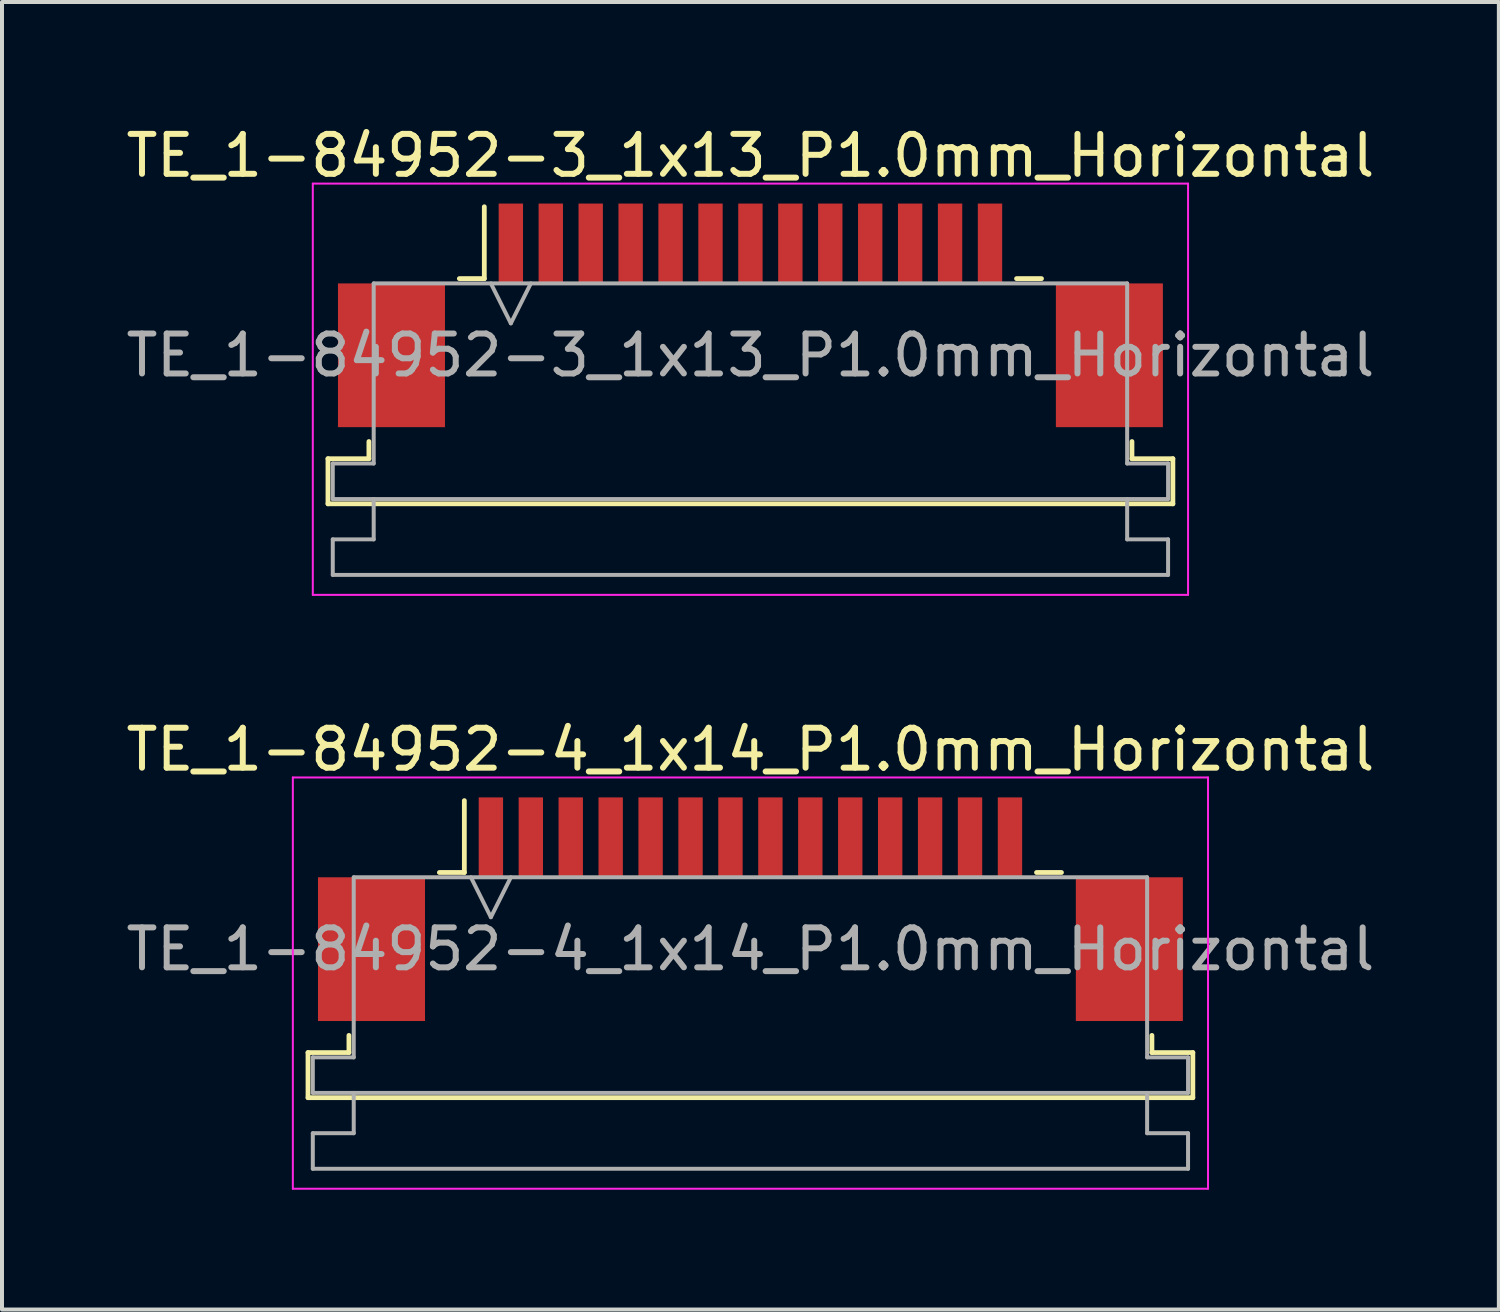
<source format=kicad_pcb>
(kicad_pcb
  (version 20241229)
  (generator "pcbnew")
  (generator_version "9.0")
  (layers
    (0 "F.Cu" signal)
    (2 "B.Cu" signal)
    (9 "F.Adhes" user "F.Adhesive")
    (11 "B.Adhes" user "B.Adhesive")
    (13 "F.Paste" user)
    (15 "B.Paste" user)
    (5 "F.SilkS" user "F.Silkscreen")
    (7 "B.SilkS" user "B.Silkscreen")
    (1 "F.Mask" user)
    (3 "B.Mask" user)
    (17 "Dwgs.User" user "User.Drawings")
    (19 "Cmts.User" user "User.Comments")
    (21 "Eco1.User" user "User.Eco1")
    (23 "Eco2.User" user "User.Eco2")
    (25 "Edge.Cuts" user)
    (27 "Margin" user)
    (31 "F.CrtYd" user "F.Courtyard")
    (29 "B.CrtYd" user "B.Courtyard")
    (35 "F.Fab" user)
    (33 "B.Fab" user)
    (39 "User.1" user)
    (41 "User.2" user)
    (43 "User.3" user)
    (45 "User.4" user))
  (footprint "TE_1-84952-4_1x14_P1.0mm_Horizontal"
    (layer "F.Cu")
    (at 15.744 19.721)
    (property "Reference" "TE_1-84952-4_1x14_P1.0mm_Horizontal" (at 0 -4 0) (layer "F.SilkS") (effects (font (size 1 1) (thickness 0.15))))
    (attr smd)
    (fp_line (start -11.08 3.59) (end -10.055 3.59) (stroke (width 0.12) (type solid)) (layer "F.SilkS"))
    (fp_line (start -11.08 4.72) (end -11.08 3.59) (stroke (width 0.12) (type solid)) (layer "F.SilkS"))
    (fp_line (start -10.055 3.59) (end -10.055 3.16) (stroke (width 0.12) (type solid)) (layer "F.SilkS"))
    (fp_line (start -7.79 -0.92) (end -7.165 -0.92) (stroke (width 0.12) (type solid)) (layer "F.SilkS"))
    (fp_line (start -7.165 -0.92) (end -7.165 -2.72) (stroke (width 0.12) (type solid)) (layer "F.SilkS"))
    (fp_line (start 7.165 -0.92) (end 7.79 -0.92) (stroke (width 0.12) (type solid)) (layer "F.SilkS"))
    (fp_line (start 10.055 3.16) (end 10.055 3.59) (stroke (width 0.12) (type solid)) (layer "F.SilkS"))
    (fp_line (start 10.055 3.59) (end 11.08 3.59) (stroke (width 0.12) (type solid)) (layer "F.SilkS"))
    (fp_line (start 11.08 3.59) (end 11.08 4.72) (stroke (width 0.12) (type solid)) (layer "F.SilkS"))
    (fp_line (start 11.08 4.72) (end -11.08 4.72) (stroke (width 0.12) (type solid)) (layer "F.SilkS"))
    (fp_line (start -11.46 -3.3) (end -11.46 7) (stroke (width 0.05) (type solid)) (layer "F.CrtYd"))
    (fp_line (start -11.46 7) (end 11.46 7) (stroke (width 0.05) (type solid)) (layer "F.CrtYd"))
    (fp_line (start 11.46 -3.3) (end -11.46 -3.3) (stroke (width 0.05) (type solid)) (layer "F.CrtYd"))
    (fp_line (start 11.46 7) (end 11.46 -3.3) (stroke (width 0.05) (type solid)) (layer "F.CrtYd"))
    (fp_line (start -10.96 3.71) (end -9.935 3.71) (stroke (width 0.1) (type solid)) (layer "F.Fab"))
    (fp_line (start -10.96 4.6) (end -10.96 3.71) (stroke (width 0.1) (type solid)) (layer "F.Fab"))
    (fp_line (start -10.96 5.61) (end -9.935 5.61) (stroke (width 0.1) (type solid)) (layer "F.Fab"))
    (fp_line (start -10.96 6.5) (end -10.96 5.61) (stroke (width 0.1) (type solid)) (layer "F.Fab"))
    (fp_line (start -9.935 -0.8) (end 9.935 -0.8) (stroke (width 0.1) (type solid)) (layer "F.Fab"))
    (fp_line (start -9.935 3.71) (end -9.935 -0.8) (stroke (width 0.1) (type solid)) (layer "F.Fab"))
    (fp_line (start -9.935 5.61) (end -9.935 4.6) (stroke (width 0.1) (type solid)) (layer "F.Fab"))
    (fp_line (start -7 -0.8) (end -6.5 0.2) (stroke (width 0.1) (type solid)) (layer "F.Fab"))
    (fp_line (start -6.5 0.2) (end -6 -0.8) (stroke (width 0.1) (type solid)) (layer "F.Fab"))
    (fp_line (start 9.935 -0.8) (end 9.935 3.71) (stroke (width 0.1) (type solid)) (layer "F.Fab"))
    (fp_line (start 9.935 3.71) (end 10.96 3.71) (stroke (width 0.1) (type solid)) (layer "F.Fab"))
    (fp_line (start 9.935 4.6) (end 9.935 5.61) (stroke (width 0.1) (type solid)) (layer "F.Fab"))
    (fp_line (start 9.935 5.61) (end 10.96 5.61) (stroke (width 0.1) (type solid)) (layer "F.Fab"))
    (fp_line (start 10.96 3.71) (end 10.96 4.6) (stroke (width 0.1) (type solid)) (layer "F.Fab"))
    (fp_line (start 10.96 4.6) (end -10.96 4.6) (stroke (width 0.1) (type solid)) (layer "F.Fab"))
    (fp_line (start 10.96 5.61) (end 10.96 6.5) (stroke (width 0.1) (type solid)) (layer "F.Fab"))
    (fp_line (start 10.96 6.5) (end -10.96 6.5) (stroke (width 0.1) (type solid)) (layer "F.Fab"))
    (fp_text user "${REFERENCE}" (at 0 1 0) (layer "F.Fab") (effects (font (size 1 1) (thickness 0.15))))
    (pad "" smd rect (at -9.49 1) (size 2.68 3.6) (layers "F.Cu" "F.Mask" "F.Paste"))
    (pad "" smd rect (at 9.49 1) (size 2.68 3.6) (layers "F.Cu" "F.Mask" "F.Paste"))
    (pad "1" smd rect (at -6.5 -1.8) (size 0.61 2) (layers "F.Cu" "F.Mask" "F.Paste"))
    (pad "2" smd rect (at -5.5 -1.8) (size 0.61 2) (layers "F.Cu" "F.Mask" "F.Paste"))
    (pad "3" smd rect (at -4.5 -1.8) (size 0.61 2) (layers "F.Cu" "F.Mask" "F.Paste"))
    (pad "4" smd rect (at -3.5 -1.8) (size 0.61 2) (layers "F.Cu" "F.Mask" "F.Paste"))
    (pad "5" smd rect (at -2.5 -1.8) (size 0.61 2) (layers "F.Cu" "F.Mask" "F.Paste"))
    (pad "6" smd rect (at -1.5 -1.8) (size 0.61 2) (layers "F.Cu" "F.Mask" "F.Paste"))
    (pad "7" smd rect (at -0.5 -1.8) (size 0.61 2) (layers "F.Cu" "F.Mask" "F.Paste"))
    (pad "8" smd rect (at 0.5 -1.8) (size 0.61 2) (layers "F.Cu" "F.Mask" "F.Paste"))
    (pad "9" smd rect (at 1.5 -1.8) (size 0.61 2) (layers "F.Cu" "F.Mask" "F.Paste"))
    (pad "10" smd rect (at 2.5 -1.8) (size 0.61 2) (layers "F.Cu" "F.Mask" "F.Paste"))
    (pad "11" smd rect (at 3.5 -1.8) (size 0.61 2) (layers "F.Cu" "F.Mask" "F.Paste"))
    (pad "12" smd rect (at 4.5 -1.8) (size 0.61 2) (layers "F.Cu" "F.Mask" "F.Paste"))
    (pad "13" smd rect (at 5.5 -1.8) (size 0.61 2) (layers "F.Cu" "F.Mask" "F.Paste"))
    (pad "14" smd rect (at 6.5 -1.8) (size 0.61 2) (layers "F.Cu" "F.Mask" "F.Paste")))
  (footprint "TE_1-84952-3_1x13_P1.0mm_Horizontal"
    (layer "F.Cu")
    (at 15.744 4.848)
    (property "Reference" "TE_1-84952-3_1x13_P1.0mm_Horizontal" (at 0 -4 0) (layer "F.SilkS") (effects (font (size 1 1) (thickness 0.15))))
    (attr smd)
    (fp_line (start -10.58 3.59) (end -9.555 3.59) (stroke (width 0.12) (type solid)) (layer "F.SilkS"))
    (fp_line (start -10.58 4.72) (end -10.58 3.59) (stroke (width 0.12) (type solid)) (layer "F.SilkS"))
    (fp_line (start -9.555 3.59) (end -9.555 3.16) (stroke (width 0.12) (type solid)) (layer "F.SilkS"))
    (fp_line (start -7.29 -0.92) (end -6.665 -0.92) (stroke (width 0.12) (type solid)) (layer "F.SilkS"))
    (fp_line (start -6.665 -0.92) (end -6.665 -2.72) (stroke (width 0.12) (type solid)) (layer "F.SilkS"))
    (fp_line (start 6.665 -0.92) (end 7.29 -0.92) (stroke (width 0.12) (type solid)) (layer "F.SilkS"))
    (fp_line (start 9.555 3.16) (end 9.555 3.59) (stroke (width 0.12) (type solid)) (layer "F.SilkS"))
    (fp_line (start 9.555 3.59) (end 10.58 3.59) (stroke (width 0.12) (type solid)) (layer "F.SilkS"))
    (fp_line (start 10.58 3.59) (end 10.58 4.72) (stroke (width 0.12) (type solid)) (layer "F.SilkS"))
    (fp_line (start 10.58 4.72) (end -10.58 4.72) (stroke (width 0.12) (type solid)) (layer "F.SilkS"))
    (fp_line (start -10.96 -3.3) (end -10.96 7) (stroke (width 0.05) (type solid)) (layer "F.CrtYd"))
    (fp_line (start -10.96 7) (end 10.96 7) (stroke (width 0.05) (type solid)) (layer "F.CrtYd"))
    (fp_line (start 10.96 -3.3) (end -10.96 -3.3) (stroke (width 0.05) (type solid)) (layer "F.CrtYd"))
    (fp_line (start 10.96 7) (end 10.96 -3.3) (stroke (width 0.05) (type solid)) (layer "F.CrtYd"))
    (fp_line (start -10.46 3.71) (end -9.435 3.71) (stroke (width 0.1) (type solid)) (layer "F.Fab"))
    (fp_line (start -10.46 4.6) (end -10.46 3.71) (stroke (width 0.1) (type solid)) (layer "F.Fab"))
    (fp_line (start -10.46 5.61) (end -9.435 5.61) (stroke (width 0.1) (type solid)) (layer "F.Fab"))
    (fp_line (start -10.46 6.5) (end -10.46 5.61) (stroke (width 0.1) (type solid)) (layer "F.Fab"))
    (fp_line (start -9.435 -0.8) (end 9.435 -0.8) (stroke (width 0.1) (type solid)) (layer "F.Fab"))
    (fp_line (start -9.435 3.71) (end -9.435 -0.8) (stroke (width 0.1) (type solid)) (layer "F.Fab"))
    (fp_line (start -9.435 5.61) (end -9.435 4.6) (stroke (width 0.1) (type solid)) (layer "F.Fab"))
    (fp_line (start -6.5 -0.8) (end -6 0.2) (stroke (width 0.1) (type solid)) (layer "F.Fab"))
    (fp_line (start -6 0.2) (end -5.5 -0.8) (stroke (width 0.1) (type solid)) (layer "F.Fab"))
    (fp_line (start 9.435 -0.8) (end 9.435 3.71) (stroke (width 0.1) (type solid)) (layer "F.Fab"))
    (fp_line (start 9.435 3.71) (end 10.46 3.71) (stroke (width 0.1) (type solid)) (layer "F.Fab"))
    (fp_line (start 9.435 4.6) (end 9.435 5.61) (stroke (width 0.1) (type solid)) (layer "F.Fab"))
    (fp_line (start 9.435 5.61) (end 10.46 5.61) (stroke (width 0.1) (type solid)) (layer "F.Fab"))
    (fp_line (start 10.46 3.71) (end 10.46 4.6) (stroke (width 0.1) (type solid)) (layer "F.Fab"))
    (fp_line (start 10.46 4.6) (end -10.46 4.6) (stroke (width 0.1) (type solid)) (layer "F.Fab"))
    (fp_line (start 10.46 5.61) (end 10.46 6.5) (stroke (width 0.1) (type solid)) (layer "F.Fab"))
    (fp_line (start 10.46 6.5) (end -10.46 6.5) (stroke (width 0.1) (type solid)) (layer "F.Fab"))
    (fp_text user "${REFERENCE}" (at 0 1 0) (layer "F.Fab") (effects (font (size 1 1) (thickness 0.15))))
    (pad "" smd rect (at -8.99 1) (size 2.68 3.6) (layers "F.Cu" "F.Mask" "F.Paste"))
    (pad "" smd rect (at 8.99 1) (size 2.68 3.6) (layers "F.Cu" "F.Mask" "F.Paste"))
    (pad "1" smd rect (at -6 -1.8) (size 0.61 2) (layers "F.Cu" "F.Mask" "F.Paste"))
    (pad "2" smd rect (at -5 -1.8) (size 0.61 2) (layers "F.Cu" "F.Mask" "F.Paste"))
    (pad "3" smd rect (at -4 -1.8) (size 0.61 2) (layers "F.Cu" "F.Mask" "F.Paste"))
    (pad "4" smd rect (at -3 -1.8) (size 0.61 2) (layers "F.Cu" "F.Mask" "F.Paste"))
    (pad "5" smd rect (at -2 -1.8) (size 0.61 2) (layers "F.Cu" "F.Mask" "F.Paste"))
    (pad "6" smd rect (at -1 -1.8) (size 0.61 2) (layers "F.Cu" "F.Mask" "F.Paste"))
    (pad "7" smd rect (at 0 -1.8) (size 0.61 2) (layers "F.Cu" "F.Mask" "F.Paste"))
    (pad "8" smd rect (at 1 -1.8) (size 0.61 2) (layers "F.Cu" "F.Mask" "F.Paste"))
    (pad "9" smd rect (at 2 -1.8) (size 0.61 2) (layers "F.Cu" "F.Mask" "F.Paste"))
    (pad "10" smd rect (at 3 -1.8) (size 0.61 2) (layers "F.Cu" "F.Mask" "F.Paste"))
    (pad "11" smd rect (at 4 -1.8) (size 0.61 2) (layers "F.Cu" "F.Mask" "F.Paste"))
    (pad "12" smd rect (at 5 -1.8) (size 0.61 2) (layers "F.Cu" "F.Mask" "F.Paste"))
    (pad "13" smd rect (at 6 -1.8) (size 0.61 2) (layers "F.Cu" "F.Mask" "F.Paste")))
  (gr_rect
    (start -3 -3)
    (end 34.488 29.747)
    (stroke (width 0.1) (type default))
    (fill no)
    (layer "Edge.Cuts")))
</source>
